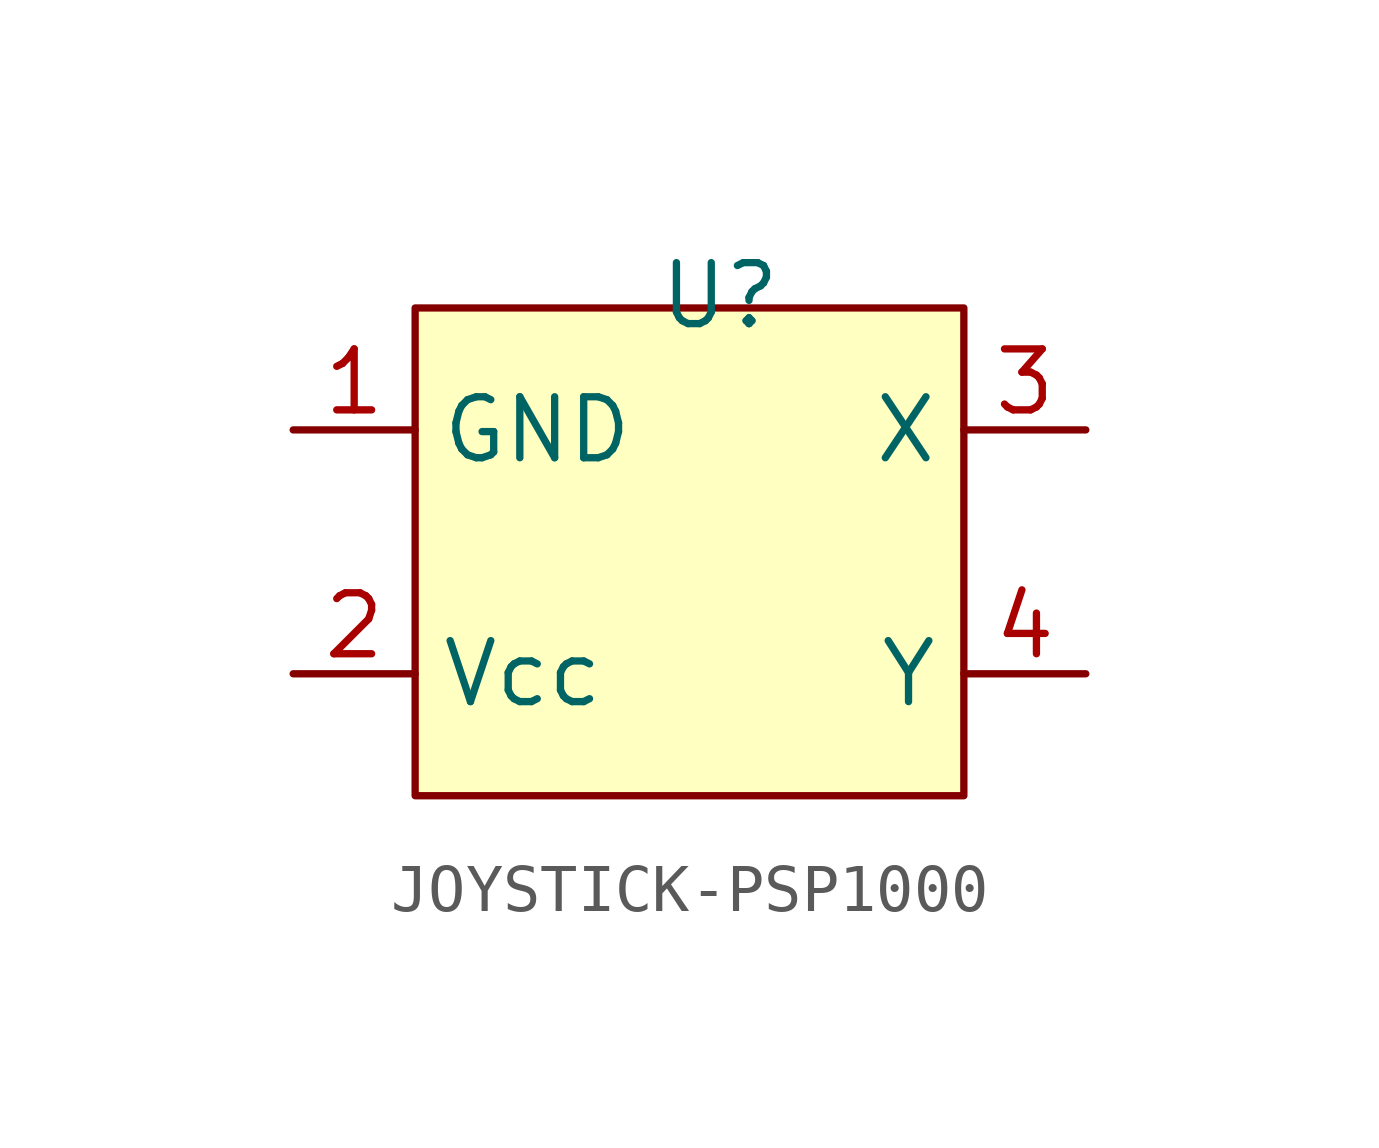
<source format=kicad_sym>
(kicad_symbol_lib
  (version 20241209)
  (generator "kicad_symbol_editor")
  (generator_version "9.0")
  (symbol "JOYSTICK-PSP1000"
    (property "Reference" "U"
      (at 0 5.334 0)
      (effects (font (size 1.27 1.27))))
    (property "Value" ""
      (at 0 0 0)
      (effects (font (size 1.27 1.27))))
    (symbol "JOYSTICK-PSP1000_1_1"
      (rectangle (start -6.35 5.08) (end 5.08 -5.08) (stroke (width 0) (type solid)) (fill (type background)))
      (pin input line (at -8.89 2.54 0) (length 2.54) (name "GND" (effects (font (size 1.27 1.27)))) (number "1" (effects (font (size 1.27 1.27)))))
      (pin input line (at -8.89 -2.54 0) (length 2.54) (name "Vcc" (effects (font (size 1.27 1.27)))) (number "2" (effects (font (size 1.27 1.27)))))
      (pin input line (at 7.62 2.54 180) (length 2.54) (name "X" (effects (font (size 1.27 1.27)))) (number "3" (effects (font (size 1.27 1.27)))))
      (pin input line (at 7.62 -2.54 180) (length 2.54) (name "Y" (effects (font (size 1.27 1.27)))) (number "4" (effects (font (size 1.27 1.27))))))))
</source>
